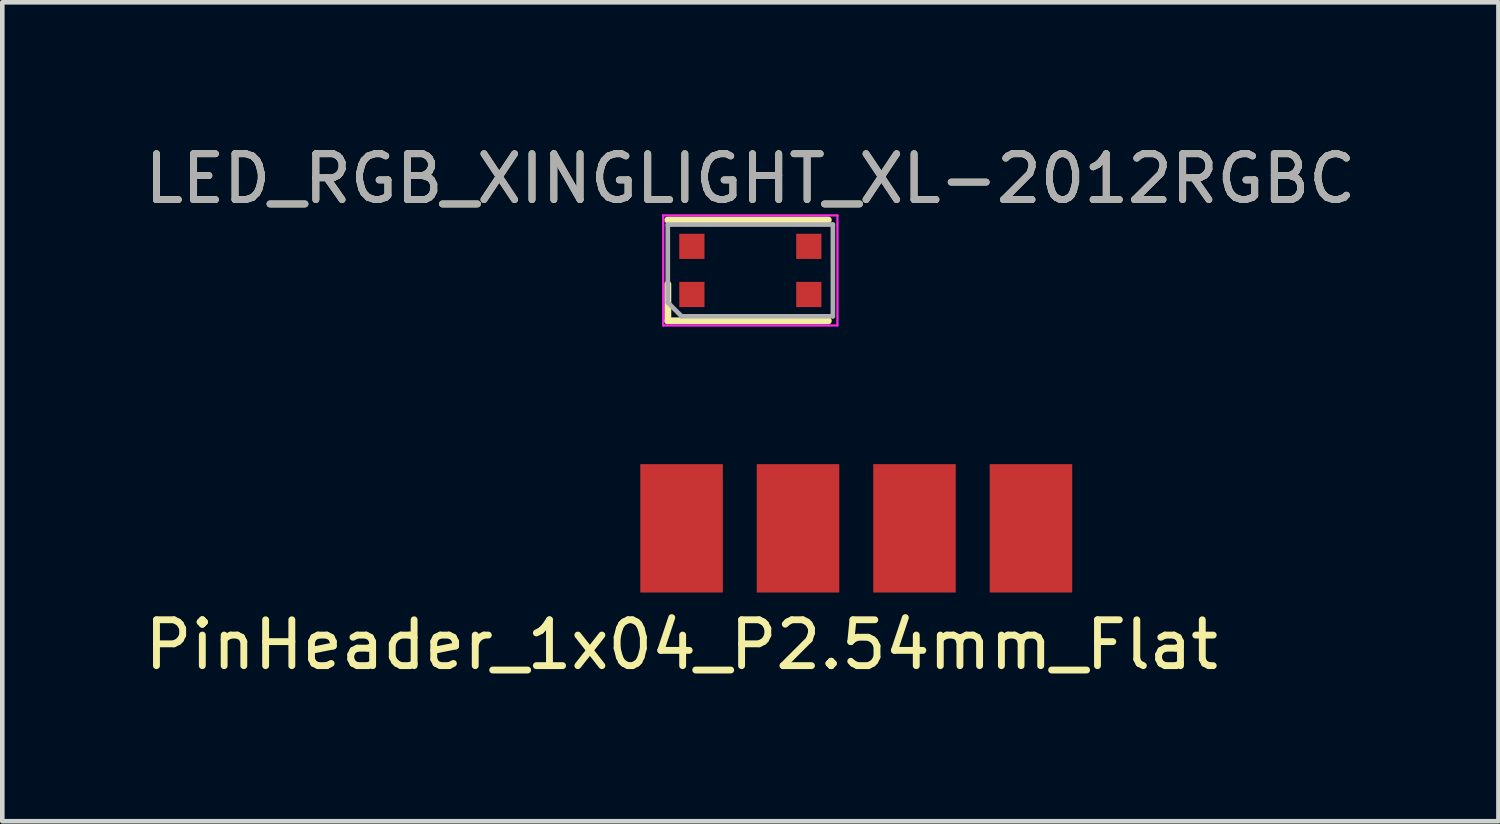
<source format=kicad_pcb>
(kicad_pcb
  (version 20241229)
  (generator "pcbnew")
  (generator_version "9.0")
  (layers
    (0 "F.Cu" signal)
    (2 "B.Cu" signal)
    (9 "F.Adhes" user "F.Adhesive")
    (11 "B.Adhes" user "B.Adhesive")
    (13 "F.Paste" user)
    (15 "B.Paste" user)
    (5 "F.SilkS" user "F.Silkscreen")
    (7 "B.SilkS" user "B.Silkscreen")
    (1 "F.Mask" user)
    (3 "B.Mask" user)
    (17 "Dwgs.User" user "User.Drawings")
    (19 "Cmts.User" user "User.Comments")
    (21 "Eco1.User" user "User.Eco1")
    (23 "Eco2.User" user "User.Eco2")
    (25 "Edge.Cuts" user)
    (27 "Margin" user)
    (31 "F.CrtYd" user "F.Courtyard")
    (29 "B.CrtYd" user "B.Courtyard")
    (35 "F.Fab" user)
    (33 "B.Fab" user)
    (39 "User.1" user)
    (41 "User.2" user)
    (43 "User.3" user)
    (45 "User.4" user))
  (footprint "PinHeader_1x04_P2.54mm_Flat"
    (layer "F.Cu")
    (at 11.815 8.473)
    (property "Reference" "PinHeader_1x04_P2.54mm_Flat" (at 0 2.54 0) (layer "F.SilkS") (effects (font (size 1 1) (thickness 0.15))))
    (attr through_hole)
    (pad "1" smd rect (at 0 0) (size 1.8 2.8) (layers "F.Cu" "F.Mask"))
    (pad "2" smd rect (at 2.54 0) (size 1.8 2.8) (layers "F.Cu" "F.Mask"))
    (pad "3" smd rect (at 5.08 0) (size 1.8 2.8) (layers "F.Cu" "F.Mask"))
    (pad "4" smd rect (at 7.62 0) (size 1.8 2.8) (layers "F.Cu" "F.Mask")))
  (footprint "LED_RGB_XINGLIGHT_XL-2012RGBC"
    (layer "F.Cu")
    (at 13.315 2.848)
    (property "Reference" "LED_RGB_XINGLIGHT_XL-2012RGBC" (at 0 -2 0) (layer "F.SilkS") (effects (font (size 1 1) (thickness 0.15))))
    (attr smd)
    (fp_line (start -1.8 1.1) (end -1.8 0.3) (stroke (width 0.15) (type solid)) (layer "F.SilkS"))
    (fp_line (start 1.7 -1.1) (end -1.8 -1.1) (stroke (width 0.15) (type solid)) (layer "F.SilkS"))
    (fp_line (start 1.7 1.1) (end -1.8 1.1) (stroke (width 0.15) (type solid)) (layer "F.SilkS"))
    (fp_line (start -1.9 -1.2) (end -1.9 1.2) (stroke (width 0.05) (type solid)) (layer "F.CrtYd"))
    (fp_line (start -1.9 1.2) (end 1.9 1.2) (stroke (width 0.05) (type solid)) (layer "F.CrtYd"))
    (fp_line (start 1.9 -1.2) (end -1.9 -1.2) (stroke (width 0.05) (type solid)) (layer "F.CrtYd"))
    (fp_line (start 1.9 1.2) (end 1.9 -1.2) (stroke (width 0.05) (type solid)) (layer "F.CrtYd"))
    (fp_line (start -1.8 -1) (end 1.8 -1) (stroke (width 0.1) (type solid)) (layer "F.Fab"))
    (fp_line (start -1.8 0.7) (end -1.8 -1) (stroke (width 0.1) (type solid)) (layer "F.Fab"))
    (fp_line (start -1.5 1) (end -1.8 0.7) (stroke (width 0.1) (type solid)) (layer "F.Fab"))
    (fp_line (start 1.8 -1) (end 1.8 1) (stroke (width 0.1) (type solid)) (layer "F.Fab"))
    (fp_line (start 1.8 1) (end -1.5 1) (stroke (width 0.1) (type solid)) (layer "F.Fab"))
    (fp_text user "${REFERENCE}" (at 0 -2 0) (layer "F.Fab") (effects (font (size 1 1) (thickness 0.15))))
    (pad "1" smd rect (at -1.275 0.525 180) (size 0.55 0.55) (layers "F.Cu" "F.Mask" "F.Paste"))
    (pad "2" smd rect (at 1.275 0.525 180) (size 0.55 0.55) (layers "F.Cu" "F.Mask" "F.Paste"))
    (pad "3" smd rect (at -1.275 -0.525 180) (size 0.55 0.55) (layers "F.Cu" "F.Mask" "F.Paste"))
    (pad "4" smd rect (at 1.275 -0.525 180) (size 0.55 0.55) (layers "F.Cu" "F.Mask" "F.Paste")))
  (gr_rect
    (start -3 -3)
    (end 29.631 14.861)
    (stroke (width 0.1) (type default))
    (fill no)
    (layer "Edge.Cuts")))
</source>
